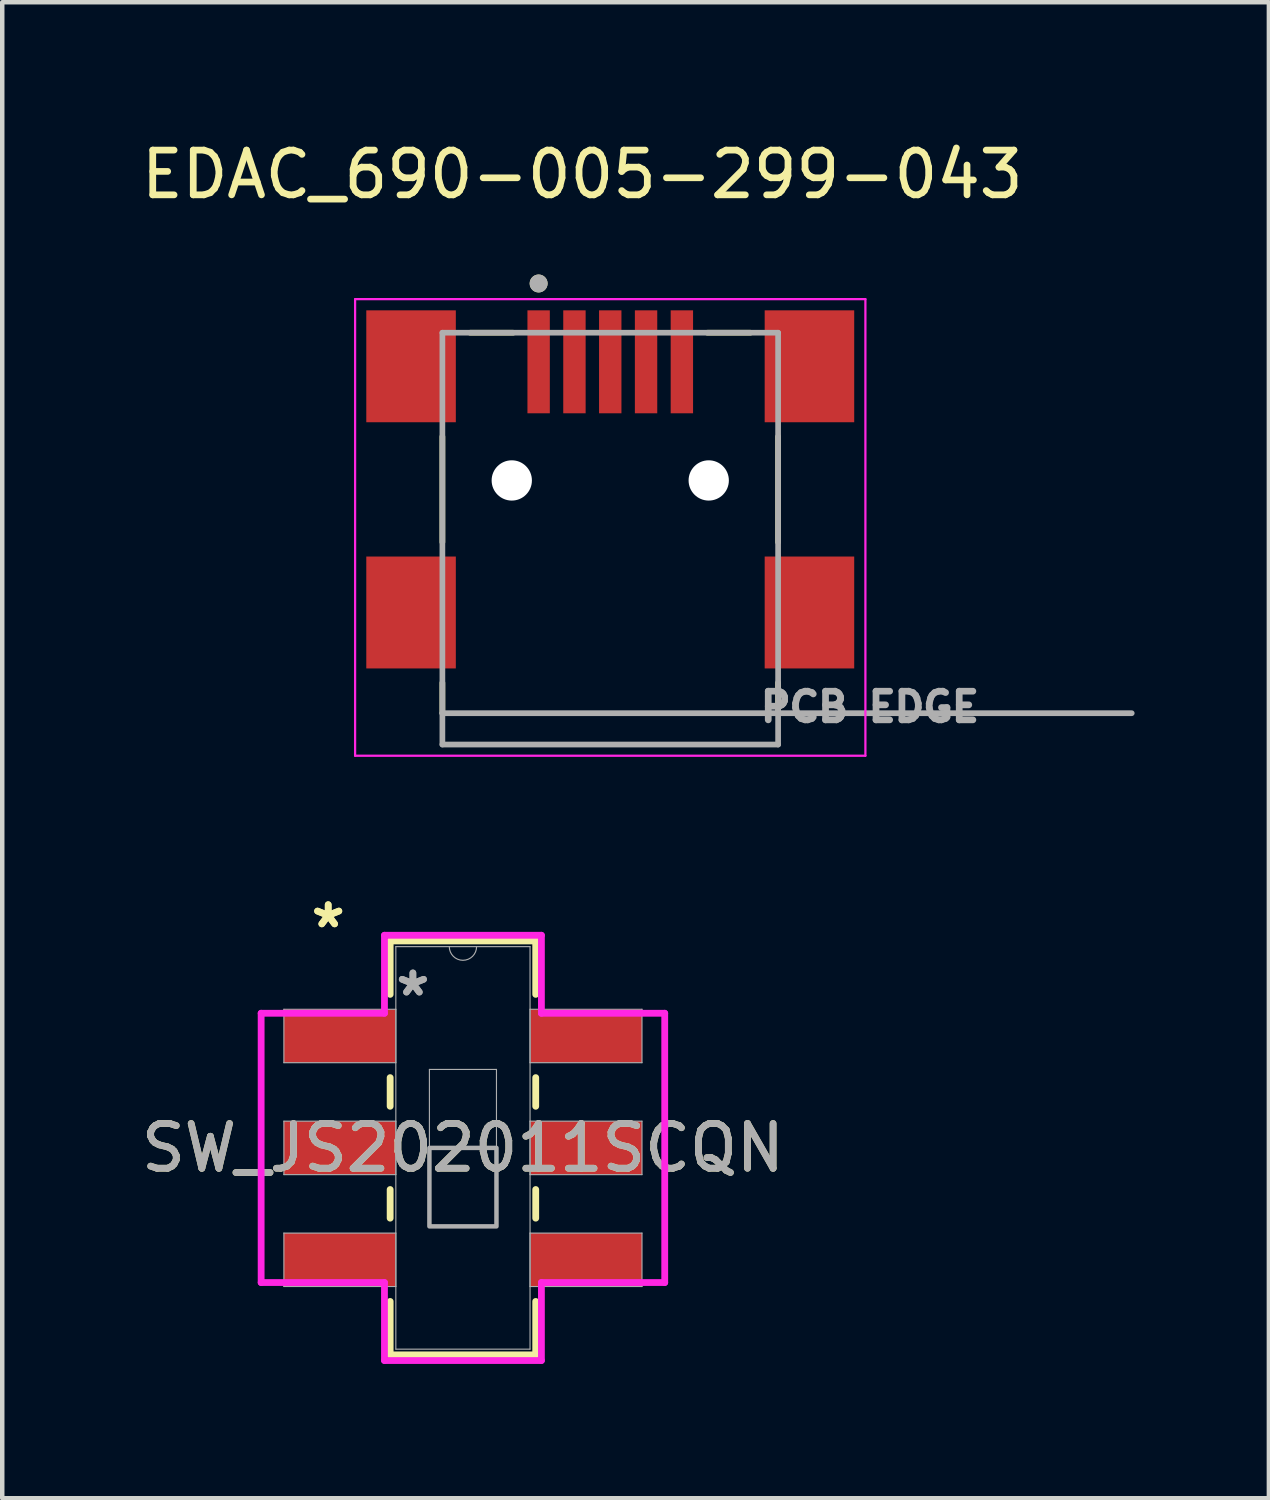
<source format=kicad_pcb>
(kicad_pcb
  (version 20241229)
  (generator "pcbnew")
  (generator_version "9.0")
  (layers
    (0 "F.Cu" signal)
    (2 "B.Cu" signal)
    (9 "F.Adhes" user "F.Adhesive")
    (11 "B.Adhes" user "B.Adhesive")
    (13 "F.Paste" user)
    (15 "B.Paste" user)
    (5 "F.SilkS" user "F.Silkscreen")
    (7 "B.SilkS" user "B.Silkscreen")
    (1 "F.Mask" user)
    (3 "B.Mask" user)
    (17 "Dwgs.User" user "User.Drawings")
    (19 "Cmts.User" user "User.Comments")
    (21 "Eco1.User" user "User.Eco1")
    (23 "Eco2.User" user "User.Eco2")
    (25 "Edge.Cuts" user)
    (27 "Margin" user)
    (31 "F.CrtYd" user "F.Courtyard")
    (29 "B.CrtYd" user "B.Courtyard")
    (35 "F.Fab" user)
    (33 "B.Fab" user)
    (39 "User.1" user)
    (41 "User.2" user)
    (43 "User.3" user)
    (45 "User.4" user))
  (footprint "EDAC_690-005-299-043"
    (layer "F.Cu")
    (at 10.583 7.683)
    (property "Reference" "EDAC_690-005-299-043" (at -0.625 -6.835 0) (layer "F.SilkS") (effects (font (size 1 1) (thickness 0.15))))
    (attr smd)
    (fp_line (start -3.75 1.38) (end -3.75 -0.98) (stroke (width 0.127) (type solid)) (layer "F.SilkS"))
    (fp_line (start -3.75 4.52) (end -3.75 5.2) (stroke (width 0.127) (type solid)) (layer "F.SilkS"))
    (fp_line (start -3.13 -3.3) (end -2.17 -3.3) (stroke (width 0.127) (type solid)) (layer "F.SilkS"))
    (fp_line (start 3.13 -3.3) (end 2.17 -3.3) (stroke (width 0.127) (type solid)) (layer "F.SilkS"))
    (fp_line (start 3.75 1.38) (end 3.75 -0.98) (stroke (width 0.127) (type solid)) (layer "F.SilkS"))
    (fp_line (start 3.75 4.52) (end 3.75 5.2) (stroke (width 0.127) (type solid)) (layer "F.SilkS"))
    (fp_circle (center -1.6 -4.4) (end -1.5 -4.4) (stroke (width 0.2) (type solid)) (fill no) (layer "F.SilkS"))
    (fp_line (start -5.7 -4.05) (end -5.7 6.15) (stroke (width 0.05) (type solid)) (layer "F.CrtYd"))
    (fp_line (start -5.7 6.15) (end 5.7 6.15) (stroke (width 0.05) (type solid)) (layer "F.CrtYd"))
    (fp_line (start 5.7 -4.05) (end -5.7 -4.05) (stroke (width 0.05) (type solid)) (layer "F.CrtYd"))
    (fp_line (start 5.7 6.15) (end 5.7 -4.05) (stroke (width 0.05) (type solid)) (layer "F.CrtYd"))
    (fp_line (start -3.75 -3.3) (end -3.75 5.2) (stroke (width 0.127) (type solid)) (layer "F.Fab"))
    (fp_line (start -3.75 5.2) (end -3.75 5.9) (stroke (width 0.127) (type solid)) (layer "F.Fab"))
    (fp_line (start -3.75 5.2) (end 11.65 5.2) (stroke (width 0.127) (type solid)) (layer "F.Fab"))
    (fp_line (start -3.75 5.9) (end 3.75 5.9) (stroke (width 0.127) (type solid)) (layer "F.Fab"))
    (fp_line (start 3.75 -3.3) (end -3.75 -3.3) (stroke (width 0.127) (type solid)) (layer "F.Fab"))
    (fp_line (start 3.75 5.9) (end 3.75 -3.3) (stroke (width 0.127) (type solid)) (layer "F.Fab"))
    (fp_circle (center -1.6 -4.4) (end -1.5 -4.4) (stroke (width 0.2) (type solid)) (fill no) (layer "F.Fab"))
    (fp_text user "PCB EDGE" (at 5.8 5.06 0) (layer "F.Fab") (effects (font (size 0.64 0.64) (thickness 0.15))))
    (pad "" np_thru_hole circle (at -2.2 0) (size 0.9 0.9) (drill 0.9) (layers "*.Cu" "*.Mask"))
    (pad "" np_thru_hole circle (at 2.2 0) (size 0.9 0.9) (drill 0.9) (layers "*.Cu" "*.Mask"))
    (pad "1" smd rect (at -1.6 -2.65) (size 0.5 2.3) (layers "F.Cu" "F.Mask" "F.Paste"))
    (pad "2" smd rect (at -0.8 -2.65) (size 0.5 2.3) (layers "F.Cu" "F.Mask" "F.Paste"))
    (pad "3" smd rect (at 0 -2.65) (size 0.5 2.3) (layers "F.Cu" "F.Mask" "F.Paste"))
    (pad "4" smd rect (at 0.8 -2.65) (size 0.5 2.3) (layers "F.Cu" "F.Mask" "F.Paste"))
    (pad "5" smd rect (at 1.6 -2.65) (size 0.5 2.3) (layers "F.Cu" "F.Mask" "F.Paste"))
    (pad "S1" smd rect (at -4.45 -2.55) (size 2 2.5) (layers "F.Cu" "F.Mask" "F.Paste"))
    (pad "S1" smd rect (at -4.45 2.95) (size 2 2.5) (layers "F.Cu" "F.Mask" "F.Paste"))
    (pad "S1" smd rect (at 4.45 -2.55) (size 2 2.5) (layers "F.Cu" "F.Mask" "F.Paste"))
    (pad "S1" smd rect (at 4.45 2.95) (size 2 2.5) (layers "F.Cu" "F.Mask" "F.Paste"))
    (zone (net_name "") (layer "F.Cu") (hatch full 0.508) (connect_pads) (min_thickness 0.01) (filled_areas_thickness no) (keepout (tracks not_allowed) (vias not_allowed) (pads not_allowed) (copperpour not_allowed) (footprints allowed)) (placement (enabled no)) (fill) (polygon (pts (xy 7.133 3.883) (xy 7.133 11.683) (xy 7.133 12.883) (xy 14.033 12.883) (xy 14.033 3.883) (xy 12.433 3.883) (xy 12.433 6.183) (xy 8.733 6.183) (xy 8.733 3.883))))
    (zone (net_name "") (layers "F.Cu" "B.Cu") (hatch full 0.508) (connect_pads) (min_thickness 0.01) (filled_areas_thickness no) (keepout (tracks allowed) (vias not_allowed) (pads allowed) (copperpour allowed) (footprints allowed)) (placement (enabled no)) (fill) (polygon (pts (xy 7.133 3.883) (xy 7.133 12.883) (xy 14.033 12.883) (xy 14.033 3.883) (xy 12.433 3.883) (xy 12.433 6.183) (xy 8.733 6.183) (xy 8.733 3.883)))))
  (footprint "SW_JS202011SCQN"
    (layer "F.Cu")
    (at 7.292 22.594)
    (property "Reference" "SW_JS202011SCQN" (at 0 0 0) (unlocked yes) (layer "F.SilkS") (effects (font (size 1 1) (thickness 0.15))))
    (attr smd)
    (fp_line (start -1.626 -4.623) (end -1.626 -3.43) (stroke (width 0.152) (type solid)) (layer "F.SilkS"))
    (fp_line (start -1.626 -1.57) (end -1.626 -0.93) (stroke (width 0.152) (type solid)) (layer "F.SilkS"))
    (fp_line (start -1.626 0.93) (end -1.626 1.57) (stroke (width 0.152) (type solid)) (layer "F.SilkS"))
    (fp_line (start -1.626 3.43) (end -1.626 4.623) (stroke (width 0.152) (type solid)) (layer "F.SilkS"))
    (fp_line (start -1.626 4.623) (end 1.626 4.623) (stroke (width 0.152) (type solid)) (layer "F.SilkS"))
    (fp_line (start 1.626 -4.623) (end -1.626 -4.623) (stroke (width 0.152) (type solid)) (layer "F.SilkS"))
    (fp_line (start 1.626 -3.43) (end 1.626 -4.623) (stroke (width 0.152) (type solid)) (layer "F.SilkS"))
    (fp_line (start 1.626 -0.93) (end 1.626 -1.57) (stroke (width 0.152) (type solid)) (layer "F.SilkS"))
    (fp_line (start 1.626 1.57) (end 1.626 0.93) (stroke (width 0.152) (type solid)) (layer "F.SilkS"))
    (fp_line (start 1.626 4.623) (end 1.626 3.43) (stroke (width 0.152) (type solid)) (layer "F.SilkS"))
    (fp_line (start -4.508 -3.008) (end -1.753 -3.008) (stroke (width 0.152) (type solid)) (layer "F.CrtYd"))
    (fp_line (start -4.508 3.008) (end -4.508 -3.008) (stroke (width 0.152) (type solid)) (layer "F.CrtYd"))
    (fp_line (start -1.753 -4.75) (end 1.753 -4.75) (stroke (width 0.152) (type solid)) (layer "F.CrtYd"))
    (fp_line (start -1.753 -3.008) (end -1.753 -4.75) (stroke (width 0.152) (type solid)) (layer "F.CrtYd"))
    (fp_line (start -1.753 3.008) (end -4.508 3.008) (stroke (width 0.152) (type solid)) (layer "F.CrtYd"))
    (fp_line (start -1.753 4.75) (end -1.753 3.008) (stroke (width 0.152) (type solid)) (layer "F.CrtYd"))
    (fp_line (start 1.753 -4.75) (end 1.753 -3.008) (stroke (width 0.152) (type solid)) (layer "F.CrtYd"))
    (fp_line (start 1.753 -3.008) (end 4.508 -3.008) (stroke (width 0.152) (type solid)) (layer "F.CrtYd"))
    (fp_line (start 1.753 3.008) (end 1.753 4.75) (stroke (width 0.152) (type solid)) (layer "F.CrtYd"))
    (fp_line (start 1.753 4.75) (end -1.753 4.75) (stroke (width 0.152) (type solid)) (layer "F.CrtYd"))
    (fp_line (start 4.508 -3.008) (end 4.508 3.008) (stroke (width 0.152) (type solid)) (layer "F.CrtYd"))
    (fp_line (start 4.508 3.008) (end 1.753 3.008) (stroke (width 0.152) (type solid)) (layer "F.CrtYd"))
    (fp_line (start -4 -3.097) (end -4 -1.903) (stroke (width 0.025) (type solid)) (layer "F.Fab"))
    (fp_line (start -4 -1.903) (end -1.499 -1.903) (stroke (width 0.025) (type solid)) (layer "F.Fab"))
    (fp_line (start -4 -0.597) (end -4 0.597) (stroke (width 0.025) (type solid)) (layer "F.Fab"))
    (fp_line (start -4 0.597) (end -1.499 0.597) (stroke (width 0.025) (type solid)) (layer "F.Fab"))
    (fp_line (start -4 1.903) (end -4 3.097) (stroke (width 0.025) (type solid)) (layer "F.Fab"))
    (fp_line (start -4 3.097) (end -1.499 3.097) (stroke (width 0.025) (type solid)) (layer "F.Fab"))
    (fp_line (start -1.499 -4.496) (end -1.499 4.496) (stroke (width 0.025) (type solid)) (layer "F.Fab"))
    (fp_line (start -1.499 -3.097) (end -4 -3.097) (stroke (width 0.025) (type solid)) (layer "F.Fab"))
    (fp_line (start -1.499 -1.903) (end -1.499 -3.097) (stroke (width 0.025) (type solid)) (layer "F.Fab"))
    (fp_line (start -1.499 -0.597) (end -4 -0.597) (stroke (width 0.025) (type solid)) (layer "F.Fab"))
    (fp_line (start -1.499 0.597) (end -1.499 -0.597) (stroke (width 0.025) (type solid)) (layer "F.Fab"))
    (fp_line (start -1.499 1.903) (end -4 1.903) (stroke (width 0.025) (type solid)) (layer "F.Fab"))
    (fp_line (start -1.499 3.097) (end -1.499 1.903) (stroke (width 0.025) (type solid)) (layer "F.Fab"))
    (fp_line (start -1.499 4.496) (end 1.499 4.496) (stroke (width 0.025) (type solid)) (layer "F.Fab"))
    (fp_line (start -0.749 -1.753) (end 0.749 -1.753) (stroke (width 0.025) (type solid)) (layer "F.Fab"))
    (fp_line (start -0.749 1.753) (end -0.749 -1.753) (stroke (width 0.025) (type solid)) (layer "F.Fab"))
    (fp_line (start 0.749 -1.753) (end 0.749 1.753) (stroke (width 0.025) (type solid)) (layer "F.Fab"))
    (fp_line (start 0.749 1.753) (end -0.749 1.753) (stroke (width 0.025) (type solid)) (layer "F.Fab"))
    (fp_line (start 1.499 -4.496) (end -1.499 -4.496) (stroke (width 0.025) (type solid)) (layer "F.Fab"))
    (fp_line (start 1.499 -3.097) (end 1.499 -1.903) (stroke (width 0.025) (type solid)) (layer "F.Fab"))
    (fp_line (start 1.499 -1.903) (end 4 -1.903) (stroke (width 0.025) (type solid)) (layer "F.Fab"))
    (fp_line (start 1.499 -0.597) (end 1.499 0.597) (stroke (width 0.025) (type solid)) (layer "F.Fab"))
    (fp_line (start 1.499 0.597) (end 4 0.597) (stroke (width 0.025) (type solid)) (layer "F.Fab"))
    (fp_line (start 1.499 1.903) (end 1.499 3.097) (stroke (width 0.025) (type solid)) (layer "F.Fab"))
    (fp_line (start 1.499 3.097) (end 4 3.097) (stroke (width 0.025) (type solid)) (layer "F.Fab"))
    (fp_line (start 1.499 4.496) (end 1.499 -4.496) (stroke (width 0.025) (type solid)) (layer "F.Fab"))
    (fp_line (start 4 -3.097) (end 1.499 -3.097) (stroke (width 0.025) (type solid)) (layer "F.Fab"))
    (fp_line (start 4 -1.903) (end 4 -3.097) (stroke (width 0.025) (type solid)) (layer "F.Fab"))
    (fp_line (start 4 -0.597) (end 1.499 -0.597) (stroke (width 0.025) (type solid)) (layer "F.Fab"))
    (fp_line (start 4 0.597) (end 4 -0.597) (stroke (width 0.025) (type solid)) (layer "F.Fab"))
    (fp_line (start 4 1.903) (end 1.499 1.903) (stroke (width 0.025) (type solid)) (layer "F.Fab"))
    (fp_line (start 4 3.097) (end 4 1.903) (stroke (width 0.025) (type solid)) (layer "F.Fab"))
    (fp_arc (start 0.3048 -4.4958) (mid 0 -4.191) (end -0.3048 -4.4958) (stroke (width 0.0254) (type solid)) (layer "F.Fab"))
    (fp_poly (pts (xy -0.749 1.753) (xy -0.749 0) (xy 0.749 0) (xy 0.749 1.753)) (stroke (width 0.1) (type solid)) (fill no) (layer "F.Fab"))
    (fp_text user "*" (at -3.01 -4.888 0) (layer "F.SilkS") (effects (font (size 1 1) (thickness 0.15))))
    (fp_text user "*" (at -3.01 -4.888 0) (unlocked yes) (layer "F.SilkS") (effects (font (size 1 1) (thickness 0.15))))
    (fp_text user "${REFERENCE}" (at 0 0 0) (unlocked yes) (layer "F.Fab") (effects (font (size 1 1) (thickness 0.15))))
    (fp_text user "*" (at -1.118 -3.364 0) (unlocked yes) (layer "F.Fab") (effects (font (size 1 1) (thickness 0.15))))
    (fp_text user "*" (at -1.118 -3.364 0) (layer "F.Fab") (effects (font (size 1 1) (thickness 0.15))))
    (pad "1" smd rect (at -2.756 -2.5) (size 2.489 1.194) (layers "F.Cu" "F.Mask" "F.Paste"))
    (pad "2" smd rect (at -2.756 0) (size 2.489 1.194) (layers "F.Cu" "F.Mask" "F.Paste"))
    (pad "3" smd rect (at -2.756 2.5) (size 2.489 1.194) (layers "F.Cu" "F.Mask" "F.Paste"))
    (pad "4" smd rect (at 2.756 2.5) (size 2.489 1.194) (layers "F.Cu" "F.Mask" "F.Paste"))
    (pad "5" smd rect (at 2.756 0) (size 2.489 1.194) (layers "F.Cu" "F.Mask" "F.Paste"))
    (pad "6" smd rect (at 2.756 -2.5) (size 2.489 1.194) (layers "F.Cu" "F.Mask" "F.Paste")))
  (gr_rect
    (start -3 -3)
    (end 25.297 30.42)
    (stroke (width 0.1) (type default))
    (fill no)
    (layer "Edge.Cuts")))
</source>
